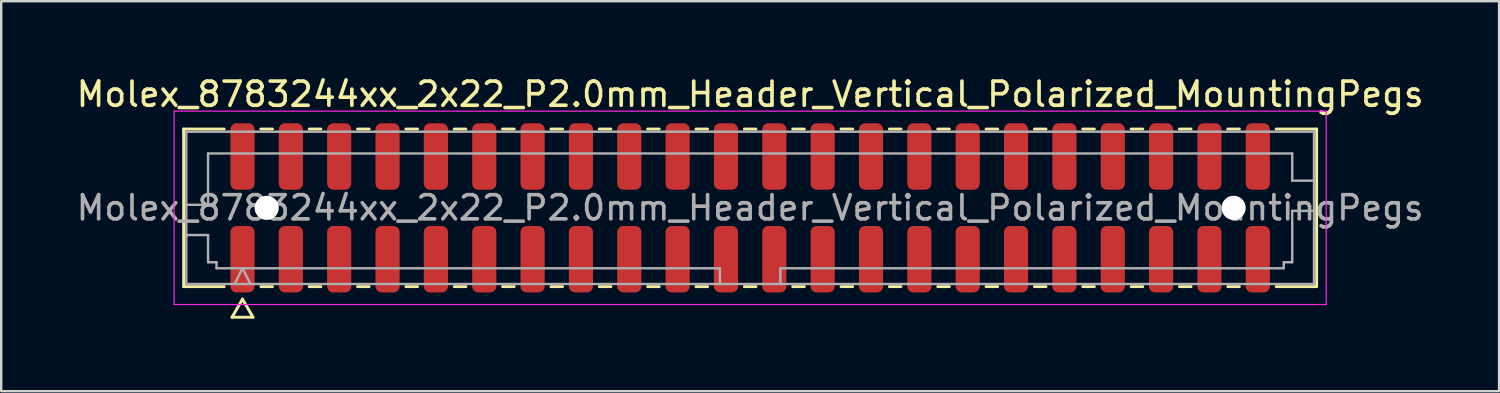
<source format=kicad_pcb>
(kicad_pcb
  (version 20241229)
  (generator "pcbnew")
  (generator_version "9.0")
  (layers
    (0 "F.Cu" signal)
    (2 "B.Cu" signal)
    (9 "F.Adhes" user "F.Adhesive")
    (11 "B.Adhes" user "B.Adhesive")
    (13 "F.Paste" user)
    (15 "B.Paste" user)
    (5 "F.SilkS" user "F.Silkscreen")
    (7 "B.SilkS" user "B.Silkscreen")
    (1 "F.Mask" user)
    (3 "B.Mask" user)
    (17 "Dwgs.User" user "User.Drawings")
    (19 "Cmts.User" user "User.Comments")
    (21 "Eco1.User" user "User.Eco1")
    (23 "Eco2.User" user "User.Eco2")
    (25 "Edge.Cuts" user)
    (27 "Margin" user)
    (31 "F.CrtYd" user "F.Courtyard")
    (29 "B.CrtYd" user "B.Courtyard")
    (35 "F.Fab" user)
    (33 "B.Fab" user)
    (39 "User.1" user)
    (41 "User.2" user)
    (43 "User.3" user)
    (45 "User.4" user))
  (footprint "Molex_8783244xx_2x22_P2.0mm_Header_Vertical_Polarized_MountingPegs"
    (layer "F.Cu")
    (at 27.982 5.548)
    (property "Reference" "Molex_8783244xx_2x22_P2.0mm_Header_Vertical_Polarized_MountingPegs" (at 0 -4.7 0) (layer "F.SilkS") (effects (font (size 1 1) (thickness 0.15))))
    (attr smd)
    (fp_line (start -23.435 -3.26) (end -21.76 -3.26) (stroke (width 0.12) (type solid)) (layer "F.SilkS"))
    (fp_line (start -23.435 3.26) (end -23.435 -3.26) (stroke (width 0.12) (type solid)) (layer "F.SilkS"))
    (fp_line (start -21.76 3.26) (end -23.435 3.26) (stroke (width 0.12) (type solid)) (layer "F.SilkS"))
    (fp_line (start -21.433 4.525) (end -21 3.775) (stroke (width 0.12) (type solid)) (layer "F.SilkS"))
    (fp_line (start -21 3.775) (end -20.567 4.525) (stroke (width 0.12) (type solid)) (layer "F.SilkS"))
    (fp_line (start -20.567 4.525) (end -21.433 4.525) (stroke (width 0.12) (type solid)) (layer "F.SilkS"))
    (fp_line (start -20.24 -3.26) (end -19.76 -3.26) (stroke (width 0.12) (type solid)) (layer "F.SilkS"))
    (fp_line (start -19.76 3.26) (end -20.24 3.26) (stroke (width 0.12) (type solid)) (layer "F.SilkS"))
    (fp_line (start -18.24 -3.26) (end -17.76 -3.26) (stroke (width 0.12) (type solid)) (layer "F.SilkS"))
    (fp_line (start -17.76 3.26) (end -18.24 3.26) (stroke (width 0.12) (type solid)) (layer "F.SilkS"))
    (fp_line (start -16.24 -3.26) (end -15.76 -3.26) (stroke (width 0.12) (type solid)) (layer "F.SilkS"))
    (fp_line (start -15.76 3.26) (end -16.24 3.26) (stroke (width 0.12) (type solid)) (layer "F.SilkS"))
    (fp_line (start -14.24 -3.26) (end -13.76 -3.26) (stroke (width 0.12) (type solid)) (layer "F.SilkS"))
    (fp_line (start -13.76 3.26) (end -14.24 3.26) (stroke (width 0.12) (type solid)) (layer "F.SilkS"))
    (fp_line (start -12.24 -3.26) (end -11.76 -3.26) (stroke (width 0.12) (type solid)) (layer "F.SilkS"))
    (fp_line (start -11.76 3.26) (end -12.24 3.26) (stroke (width 0.12) (type solid)) (layer "F.SilkS"))
    (fp_line (start -10.24 -3.26) (end -9.76 -3.26) (stroke (width 0.12) (type solid)) (layer "F.SilkS"))
    (fp_line (start -9.76 3.26) (end -10.24 3.26) (stroke (width 0.12) (type solid)) (layer "F.SilkS"))
    (fp_line (start -8.24 -3.26) (end -7.76 -3.26) (stroke (width 0.12) (type solid)) (layer "F.SilkS"))
    (fp_line (start -7.76 3.26) (end -8.24 3.26) (stroke (width 0.12) (type solid)) (layer "F.SilkS"))
    (fp_line (start -6.24 -3.26) (end -5.76 -3.26) (stroke (width 0.12) (type solid)) (layer "F.SilkS"))
    (fp_line (start -5.76 3.26) (end -6.24 3.26) (stroke (width 0.12) (type solid)) (layer "F.SilkS"))
    (fp_line (start -4.24 -3.26) (end -3.76 -3.26) (stroke (width 0.12) (type solid)) (layer "F.SilkS"))
    (fp_line (start -3.76 3.26) (end -4.24 3.26) (stroke (width 0.12) (type solid)) (layer "F.SilkS"))
    (fp_line (start -2.24 -3.26) (end -1.76 -3.26) (stroke (width 0.12) (type solid)) (layer "F.SilkS"))
    (fp_line (start -1.76 3.26) (end -2.24 3.26) (stroke (width 0.12) (type solid)) (layer "F.SilkS"))
    (fp_line (start -0.24 -3.26) (end 0.24 -3.26) (stroke (width 0.12) (type solid)) (layer "F.SilkS"))
    (fp_line (start 0.24 3.26) (end -0.24 3.26) (stroke (width 0.12) (type solid)) (layer "F.SilkS"))
    (fp_line (start 1.76 -3.26) (end 2.24 -3.26) (stroke (width 0.12) (type solid)) (layer "F.SilkS"))
    (fp_line (start 2.24 3.26) (end 1.76 3.26) (stroke (width 0.12) (type solid)) (layer "F.SilkS"))
    (fp_line (start 3.76 -3.26) (end 4.24 -3.26) (stroke (width 0.12) (type solid)) (layer "F.SilkS"))
    (fp_line (start 4.24 3.26) (end 3.76 3.26) (stroke (width 0.12) (type solid)) (layer "F.SilkS"))
    (fp_line (start 5.76 -3.26) (end 6.24 -3.26) (stroke (width 0.12) (type solid)) (layer "F.SilkS"))
    (fp_line (start 6.24 3.26) (end 5.76 3.26) (stroke (width 0.12) (type solid)) (layer "F.SilkS"))
    (fp_line (start 7.76 -3.26) (end 8.24 -3.26) (stroke (width 0.12) (type solid)) (layer "F.SilkS"))
    (fp_line (start 8.24 3.26) (end 7.76 3.26) (stroke (width 0.12) (type solid)) (layer "F.SilkS"))
    (fp_line (start 9.76 -3.26) (end 10.24 -3.26) (stroke (width 0.12) (type solid)) (layer "F.SilkS"))
    (fp_line (start 10.24 3.26) (end 9.76 3.26) (stroke (width 0.12) (type solid)) (layer "F.SilkS"))
    (fp_line (start 11.76 -3.26) (end 12.24 -3.26) (stroke (width 0.12) (type solid)) (layer "F.SilkS"))
    (fp_line (start 12.24 3.26) (end 11.76 3.26) (stroke (width 0.12) (type solid)) (layer "F.SilkS"))
    (fp_line (start 13.76 -3.26) (end 14.24 -3.26) (stroke (width 0.12) (type solid)) (layer "F.SilkS"))
    (fp_line (start 14.24 3.26) (end 13.76 3.26) (stroke (width 0.12) (type solid)) (layer "F.SilkS"))
    (fp_line (start 15.76 -3.26) (end 16.24 -3.26) (stroke (width 0.12) (type solid)) (layer "F.SilkS"))
    (fp_line (start 16.24 3.26) (end 15.76 3.26) (stroke (width 0.12) (type solid)) (layer "F.SilkS"))
    (fp_line (start 17.76 -3.26) (end 18.24 -3.26) (stroke (width 0.12) (type solid)) (layer "F.SilkS"))
    (fp_line (start 18.24 3.26) (end 17.76 3.26) (stroke (width 0.12) (type solid)) (layer "F.SilkS"))
    (fp_line (start 19.76 -3.26) (end 20.24 -3.26) (stroke (width 0.12) (type solid)) (layer "F.SilkS"))
    (fp_line (start 20.24 3.26) (end 19.76 3.26) (stroke (width 0.12) (type solid)) (layer "F.SilkS"))
    (fp_line (start 21.76 -3.26) (end 23.435 -3.26) (stroke (width 0.12) (type solid)) (layer "F.SilkS"))
    (fp_line (start 23.435 -3.26) (end 23.435 3.26) (stroke (width 0.12) (type solid)) (layer "F.SilkS"))
    (fp_line (start 23.435 3.26) (end 21.76 3.26) (stroke (width 0.12) (type solid)) (layer "F.SilkS"))
    (fp_line (start -23.83 -4) (end -23.83 4) (stroke (width 0.05) (type solid)) (layer "F.CrtYd"))
    (fp_line (start -23.83 4) (end 23.83 4) (stroke (width 0.05) (type solid)) (layer "F.CrtYd"))
    (fp_line (start 23.83 -4) (end -23.83 -4) (stroke (width 0.05) (type solid)) (layer "F.CrtYd"))
    (fp_line (start 23.83 4) (end 23.83 -4) (stroke (width 0.05) (type solid)) (layer "F.CrtYd"))
    (fp_line (start -23.325 -3.15) (end 23.325 -3.15) (stroke (width 0.1) (type solid)) (layer "F.Fab"))
    (fp_line (start -23.325 -0.125) (end -22.425 -0.125) (stroke (width 0.1) (type solid)) (layer "F.Fab"))
    (fp_line (start -23.325 1.125) (end -22.425 1.125) (stroke (width 0.1) (type solid)) (layer "F.Fab"))
    (fp_line (start -23.325 3.15) (end -23.325 -3.15) (stroke (width 0.1) (type solid)) (layer "F.Fab"))
    (fp_line (start -22.425 -2.25) (end 22.425 -2.25) (stroke (width 0.1) (type solid)) (layer "F.Fab"))
    (fp_line (start -22.425 -0.125) (end -22.425 -2.25) (stroke (width 0.1) (type solid)) (layer "F.Fab"))
    (fp_line (start -22.425 1.125) (end -22.425 2.25) (stroke (width 0.1) (type solid)) (layer "F.Fab"))
    (fp_line (start -22.425 2.25) (end -22.075 2.25) (stroke (width 0.1) (type solid)) (layer "F.Fab"))
    (fp_line (start -22.075 2.25) (end -22.075 2.5) (stroke (width 0.1) (type solid)) (layer "F.Fab"))
    (fp_line (start -22.075 2.5) (end -1.25 2.5) (stroke (width 0.1) (type solid)) (layer "F.Fab"))
    (fp_line (start -21.325 3.15) (end -21 2.5) (stroke (width 0.1) (type solid)) (layer "F.Fab"))
    (fp_line (start -21 2.5) (end -20.675 3.15) (stroke (width 0.1) (type solid)) (layer "F.Fab"))
    (fp_line (start -1.25 2.5) (end -1.25 3.15) (stroke (width 0.1) (type solid)) (layer "F.Fab"))
    (fp_line (start 1.25 2.5) (end 1.25 3.15) (stroke (width 0.1) (type solid)) (layer "F.Fab"))
    (fp_line (start 1.25 2.5) (end 22.075 2.5) (stroke (width 0.1) (type solid)) (layer "F.Fab"))
    (fp_line (start 22.075 2.25) (end 22.425 2.25) (stroke (width 0.1) (type solid)) (layer "F.Fab"))
    (fp_line (start 22.075 2.5) (end 22.075 2.25) (stroke (width 0.1) (type solid)) (layer "F.Fab"))
    (fp_line (start 22.425 -2.25) (end 22.425 -1.125) (stroke (width 0.1) (type solid)) (layer "F.Fab"))
    (fp_line (start 22.425 -1.125) (end 23.325 -1.125) (stroke (width 0.1) (type solid)) (layer "F.Fab"))
    (fp_line (start 22.425 0.125) (end 23.325 0.125) (stroke (width 0.1) (type solid)) (layer "F.Fab"))
    (fp_line (start 22.425 2.25) (end 22.425 0.125) (stroke (width 0.1) (type solid)) (layer "F.Fab"))
    (fp_line (start 23.325 -3.15) (end 23.325 3.15) (stroke (width 0.1) (type solid)) (layer "F.Fab"))
    (fp_line (start 23.325 3.15) (end -23.325 3.15) (stroke (width 0.1) (type solid)) (layer "F.Fab"))
    (fp_text user "${REFERENCE}" (at 0 0 0) (layer "F.Fab") (effects (font (size 1 1) (thickness 0.15))))
    (pad "" np_thru_hole circle (at -20 0) (size 1 1) (drill 1) (layers "*.Cu" "*.Mask"))
    (pad "" np_thru_hole circle (at 20 0) (size 1 1) (drill 1) (layers "*.Cu" "*.Mask"))
    (pad "1" smd roundrect (at -21 2.125) (size 1 2.75) (layers "F.Cu" "F.Mask" "F.Paste") (roundrect_rratio 0.25))
    (pad "2" smd roundrect (at -21 -2.125) (size 1 2.75) (layers "F.Cu" "F.Mask" "F.Paste") (roundrect_rratio 0.25))
    (pad "3" smd roundrect (at -19 2.125) (size 1 2.75) (layers "F.Cu" "F.Mask" "F.Paste") (roundrect_rratio 0.25))
    (pad "4" smd roundrect (at -19 -2.125) (size 1 2.75) (layers "F.Cu" "F.Mask" "F.Paste") (roundrect_rratio 0.25))
    (pad "5" smd roundrect (at -17 2.125) (size 1 2.75) (layers "F.Cu" "F.Mask" "F.Paste") (roundrect_rratio 0.25))
    (pad "6" smd roundrect (at -17 -2.125) (size 1 2.75) (layers "F.Cu" "F.Mask" "F.Paste") (roundrect_rratio 0.25))
    (pad "7" smd roundrect (at -15 2.125) (size 1 2.75) (layers "F.Cu" "F.Mask" "F.Paste") (roundrect_rratio 0.25))
    (pad "8" smd roundrect (at -15 -2.125) (size 1 2.75) (layers "F.Cu" "F.Mask" "F.Paste") (roundrect_rratio 0.25))
    (pad "9" smd roundrect (at -13 2.125) (size 1 2.75) (layers "F.Cu" "F.Mask" "F.Paste") (roundrect_rratio 0.25))
    (pad "10" smd roundrect (at -13 -2.125) (size 1 2.75) (layers "F.Cu" "F.Mask" "F.Paste") (roundrect_rratio 0.25))
    (pad "11" smd roundrect (at -11 2.125) (size 1 2.75) (layers "F.Cu" "F.Mask" "F.Paste") (roundrect_rratio 0.25))
    (pad "12" smd roundrect (at -11 -2.125) (size 1 2.75) (layers "F.Cu" "F.Mask" "F.Paste") (roundrect_rratio 0.25))
    (pad "13" smd roundrect (at -9 2.125) (size 1 2.75) (layers "F.Cu" "F.Mask" "F.Paste") (roundrect_rratio 0.25))
    (pad "14" smd roundrect (at -9 -2.125) (size 1 2.75) (layers "F.Cu" "F.Mask" "F.Paste") (roundrect_rratio 0.25))
    (pad "15" smd roundrect (at -7 2.125) (size 1 2.75) (layers "F.Cu" "F.Mask" "F.Paste") (roundrect_rratio 0.25))
    (pad "16" smd roundrect (at -7 -2.125) (size 1 2.75) (layers "F.Cu" "F.Mask" "F.Paste") (roundrect_rratio 0.25))
    (pad "17" smd roundrect (at -5 2.125) (size 1 2.75) (layers "F.Cu" "F.Mask" "F.Paste") (roundrect_rratio 0.25))
    (pad "18" smd roundrect (at -5 -2.125) (size 1 2.75) (layers "F.Cu" "F.Mask" "F.Paste") (roundrect_rratio 0.25))
    (pad "19" smd roundrect (at -3 2.125) (size 1 2.75) (layers "F.Cu" "F.Mask" "F.Paste") (roundrect_rratio 0.25))
    (pad "20" smd roundrect (at -3 -2.125) (size 1 2.75) (layers "F.Cu" "F.Mask" "F.Paste") (roundrect_rratio 0.25))
    (pad "21" smd roundrect (at -1 2.125) (size 1 2.75) (layers "F.Cu" "F.Mask" "F.Paste") (roundrect_rratio 0.25))
    (pad "22" smd roundrect (at -1 -2.125) (size 1 2.75) (layers "F.Cu" "F.Mask" "F.Paste") (roundrect_rratio 0.25))
    (pad "23" smd roundrect (at 1 2.125) (size 1 2.75) (layers "F.Cu" "F.Mask" "F.Paste") (roundrect_rratio 0.25))
    (pad "24" smd roundrect (at 1 -2.125) (size 1 2.75) (layers "F.Cu" "F.Mask" "F.Paste") (roundrect_rratio 0.25))
    (pad "25" smd roundrect (at 3 2.125) (size 1 2.75) (layers "F.Cu" "F.Mask" "F.Paste") (roundrect_rratio 0.25))
    (pad "26" smd roundrect (at 3 -2.125) (size 1 2.75) (layers "F.Cu" "F.Mask" "F.Paste") (roundrect_rratio 0.25))
    (pad "27" smd roundrect (at 5 2.125) (size 1 2.75) (layers "F.Cu" "F.Mask" "F.Paste") (roundrect_rratio 0.25))
    (pad "28" smd roundrect (at 5 -2.125) (size 1 2.75) (layers "F.Cu" "F.Mask" "F.Paste") (roundrect_rratio 0.25))
    (pad "29" smd roundrect (at 7 2.125) (size 1 2.75) (layers "F.Cu" "F.Mask" "F.Paste") (roundrect_rratio 0.25))
    (pad "30" smd roundrect (at 7 -2.125) (size 1 2.75) (layers "F.Cu" "F.Mask" "F.Paste") (roundrect_rratio 0.25))
    (pad "31" smd roundrect (at 9 2.125) (size 1 2.75) (layers "F.Cu" "F.Mask" "F.Paste") (roundrect_rratio 0.25))
    (pad "32" smd roundrect (at 9 -2.125) (size 1 2.75) (layers "F.Cu" "F.Mask" "F.Paste") (roundrect_rratio 0.25))
    (pad "33" smd roundrect (at 11 2.125) (size 1 2.75) (layers "F.Cu" "F.Mask" "F.Paste") (roundrect_rratio 0.25))
    (pad "34" smd roundrect (at 11 -2.125) (size 1 2.75) (layers "F.Cu" "F.Mask" "F.Paste") (roundrect_rratio 0.25))
    (pad "35" smd roundrect (at 13 2.125) (size 1 2.75) (layers "F.Cu" "F.Mask" "F.Paste") (roundrect_rratio 0.25))
    (pad "36" smd roundrect (at 13 -2.125) (size 1 2.75) (layers "F.Cu" "F.Mask" "F.Paste") (roundrect_rratio 0.25))
    (pad "37" smd roundrect (at 15 2.125) (size 1 2.75) (layers "F.Cu" "F.Mask" "F.Paste") (roundrect_rratio 0.25))
    (pad "38" smd roundrect (at 15 -2.125) (size 1 2.75) (layers "F.Cu" "F.Mask" "F.Paste") (roundrect_rratio 0.25))
    (pad "39" smd roundrect (at 17 2.125) (size 1 2.75) (layers "F.Cu" "F.Mask" "F.Paste") (roundrect_rratio 0.25))
    (pad "40" smd roundrect (at 17 -2.125) (size 1 2.75) (layers "F.Cu" "F.Mask" "F.Paste") (roundrect_rratio 0.25))
    (pad "41" smd roundrect (at 19 2.125) (size 1 2.75) (layers "F.Cu" "F.Mask" "F.Paste") (roundrect_rratio 0.25))
    (pad "42" smd roundrect (at 19 -2.125) (size 1 2.75) (layers "F.Cu" "F.Mask" "F.Paste") (roundrect_rratio 0.25))
    (pad "43" smd roundrect (at 21 2.125) (size 1 2.75) (layers "F.Cu" "F.Mask" "F.Paste") (roundrect_rratio 0.25))
    (pad "44" smd roundrect (at 21 -2.125) (size 1 2.75) (layers "F.Cu" "F.Mask" "F.Paste") (roundrect_rratio 0.25)))
  (gr_rect
    (start -3 -3)
    (end 58.964 13.133)
    (stroke (width 0.1) (type default))
    (fill no)
    (layer "Edge.Cuts")))
</source>
